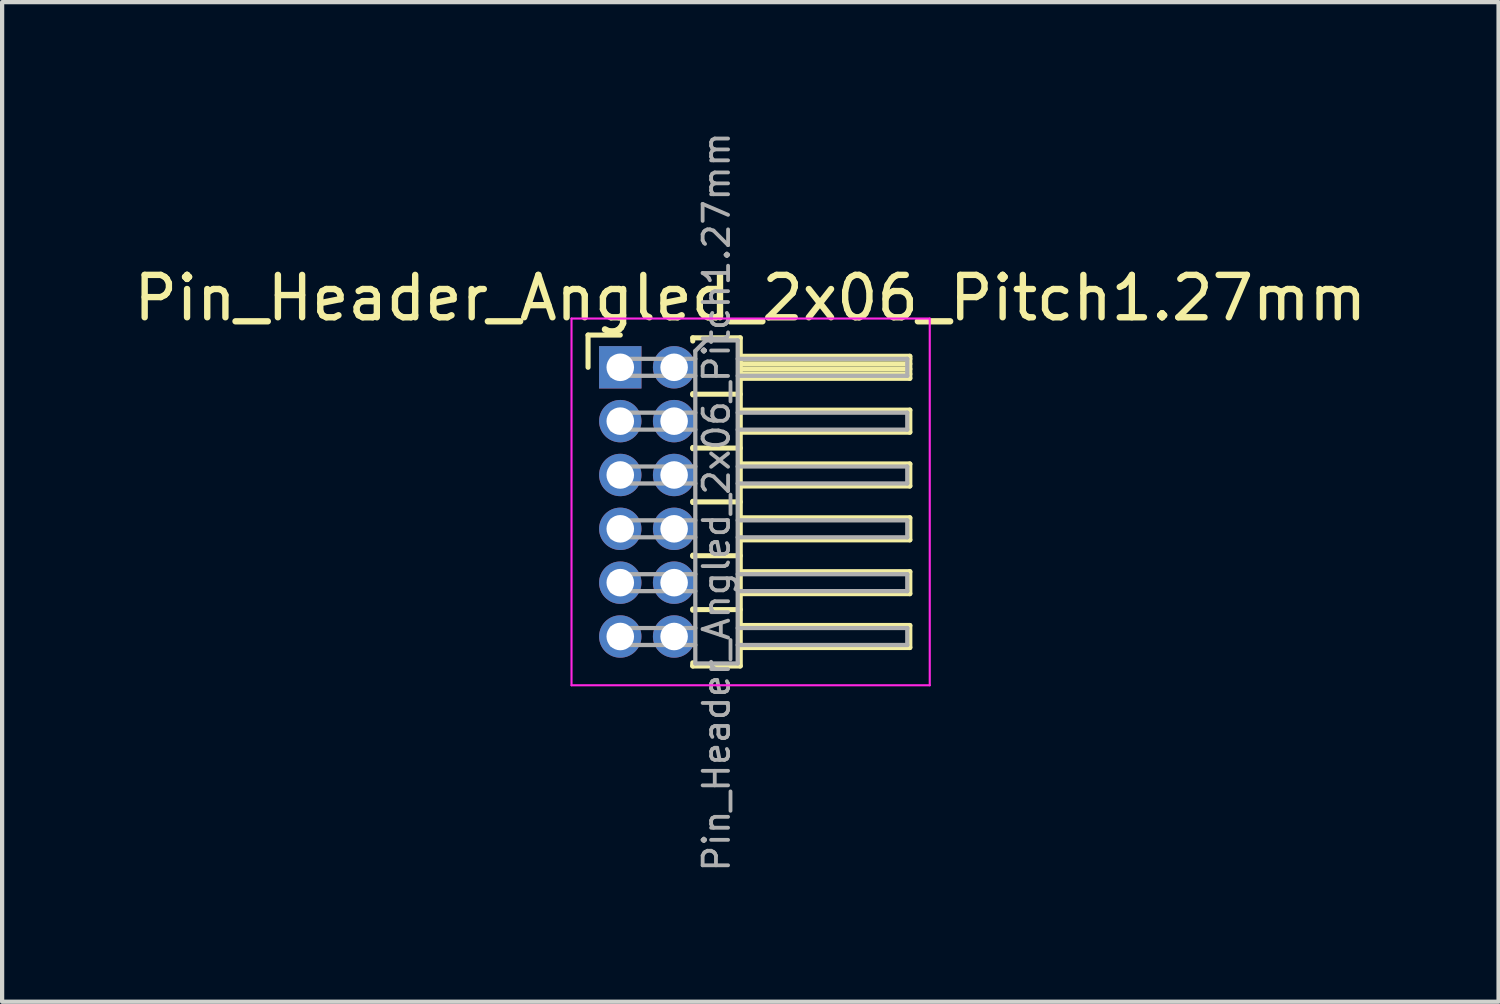
<source format=kicad_pcb>
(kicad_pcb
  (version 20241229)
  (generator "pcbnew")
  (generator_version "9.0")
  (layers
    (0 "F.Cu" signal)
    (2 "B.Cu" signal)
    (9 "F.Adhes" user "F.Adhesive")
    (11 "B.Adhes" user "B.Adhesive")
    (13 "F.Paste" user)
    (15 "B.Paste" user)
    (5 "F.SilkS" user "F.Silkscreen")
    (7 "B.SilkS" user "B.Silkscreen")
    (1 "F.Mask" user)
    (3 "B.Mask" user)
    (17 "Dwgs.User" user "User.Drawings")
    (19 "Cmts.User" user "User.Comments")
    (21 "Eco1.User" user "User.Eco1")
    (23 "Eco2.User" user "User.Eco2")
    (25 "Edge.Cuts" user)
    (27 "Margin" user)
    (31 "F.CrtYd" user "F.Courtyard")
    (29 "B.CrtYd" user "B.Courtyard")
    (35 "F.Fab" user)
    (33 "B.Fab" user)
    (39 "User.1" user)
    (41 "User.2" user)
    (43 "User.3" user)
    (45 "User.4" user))
  (footprint "Pin_Header_Angled_2x06_Pitch1.27mm"
    (layer "F.Cu")
    (at 11.581 5.614)
    (property "Reference" "Pin_Header_Angled_2x06_Pitch1.27mm" (at 3.067 -1.635 0) (layer "F.SilkS") (effects (font (size 1 1) (thickness 0.15))))
    (attr through_hole)
    (fp_line (start -0.76 -0.76) (end 0 -0.76) (stroke (width 0.12) (type solid)) (layer "F.SilkS"))
    (fp_line (start -0.76 0) (end -0.76 -0.76) (stroke (width 0.12) (type solid)) (layer "F.SilkS"))
    (fp_line (start 1.71 -0.695) (end 2.83 -0.695) (stroke (width 0.12) (type solid)) (layer "F.SilkS"))
    (fp_line (start 1.71 -0.62) (end 1.71 -0.695) (stroke (width 0.12) (type solid)) (layer "F.SilkS"))
    (fp_line (start 1.71 0.62) (end 1.71 0.65) (stroke (width 0.12) (type solid)) (layer "F.SilkS"))
    (fp_line (start 1.71 0.635) (end 2.83 0.635) (stroke (width 0.12) (type solid)) (layer "F.SilkS"))
    (fp_line (start 1.71 1.89) (end 1.71 1.92) (stroke (width 0.12) (type solid)) (layer "F.SilkS"))
    (fp_line (start 1.71 1.905) (end 2.83 1.905) (stroke (width 0.12) (type solid)) (layer "F.SilkS"))
    (fp_line (start 1.71 3.16) (end 1.71 3.19) (stroke (width 0.12) (type solid)) (layer "F.SilkS"))
    (fp_line (start 1.71 3.175) (end 2.83 3.175) (stroke (width 0.12) (type solid)) (layer "F.SilkS"))
    (fp_line (start 1.71 4.43) (end 1.71 4.46) (stroke (width 0.12) (type solid)) (layer "F.SilkS"))
    (fp_line (start 1.71 4.445) (end 2.83 4.445) (stroke (width 0.12) (type solid)) (layer "F.SilkS"))
    (fp_line (start 1.71 5.7) (end 1.71 5.73) (stroke (width 0.12) (type solid)) (layer "F.SilkS"))
    (fp_line (start 1.71 5.715) (end 2.83 5.715) (stroke (width 0.12) (type solid)) (layer "F.SilkS"))
    (fp_line (start 1.71 7.045) (end 1.71 6.97) (stroke (width 0.12) (type solid)) (layer "F.SilkS"))
    (fp_line (start 2.83 -0.695) (end 2.83 7.045) (stroke (width 0.12) (type solid)) (layer "F.SilkS"))
    (fp_line (start 2.83 -0.26) (end 6.83 -0.26) (stroke (width 0.12) (type solid)) (layer "F.SilkS"))
    (fp_line (start 2.83 -0.2) (end 6.83 -0.2) (stroke (width 0.12) (type solid)) (layer "F.SilkS"))
    (fp_line (start 2.83 -0.08) (end 6.83 -0.08) (stroke (width 0.12) (type solid)) (layer "F.SilkS"))
    (fp_line (start 2.83 0.04) (end 6.83 0.04) (stroke (width 0.12) (type solid)) (layer "F.SilkS"))
    (fp_line (start 2.83 0.16) (end 6.83 0.16) (stroke (width 0.12) (type solid)) (layer "F.SilkS"))
    (fp_line (start 2.83 1.01) (end 6.83 1.01) (stroke (width 0.12) (type solid)) (layer "F.SilkS"))
    (fp_line (start 2.83 2.28) (end 6.83 2.28) (stroke (width 0.12) (type solid)) (layer "F.SilkS"))
    (fp_line (start 2.83 3.55) (end 6.83 3.55) (stroke (width 0.12) (type solid)) (layer "F.SilkS"))
    (fp_line (start 2.83 4.82) (end 6.83 4.82) (stroke (width 0.12) (type solid)) (layer "F.SilkS"))
    (fp_line (start 2.83 6.09) (end 6.83 6.09) (stroke (width 0.12) (type solid)) (layer "F.SilkS"))
    (fp_line (start 2.83 7.045) (end 1.71 7.045) (stroke (width 0.12) (type solid)) (layer "F.SilkS"))
    (fp_line (start 6.83 -0.26) (end 6.83 0.26) (stroke (width 0.12) (type solid)) (layer "F.SilkS"))
    (fp_line (start 6.83 0.26) (end 2.83 0.26) (stroke (width 0.12) (type solid)) (layer "F.SilkS"))
    (fp_line (start 6.83 1.01) (end 6.83 1.53) (stroke (width 0.12) (type solid)) (layer "F.SilkS"))
    (fp_line (start 6.83 1.53) (end 2.83 1.53) (stroke (width 0.12) (type solid)) (layer "F.SilkS"))
    (fp_line (start 6.83 2.28) (end 6.83 2.8) (stroke (width 0.12) (type solid)) (layer "F.SilkS"))
    (fp_line (start 6.83 2.8) (end 2.83 2.8) (stroke (width 0.12) (type solid)) (layer "F.SilkS"))
    (fp_line (start 6.83 3.55) (end 6.83 4.07) (stroke (width 0.12) (type solid)) (layer "F.SilkS"))
    (fp_line (start 6.83 4.07) (end 2.83 4.07) (stroke (width 0.12) (type solid)) (layer "F.SilkS"))
    (fp_line (start 6.83 4.82) (end 6.83 5.34) (stroke (width 0.12) (type solid)) (layer "F.SilkS"))
    (fp_line (start 6.83 5.34) (end 2.83 5.34) (stroke (width 0.12) (type solid)) (layer "F.SilkS"))
    (fp_line (start 6.83 6.09) (end 6.83 6.61) (stroke (width 0.12) (type solid)) (layer "F.SilkS"))
    (fp_line (start 6.83 6.61) (end 2.83 6.61) (stroke (width 0.12) (type solid)) (layer "F.SilkS"))
    (fp_line (start -1.15 -1.15) (end -1.15 7.5) (stroke (width 0.05) (type solid)) (layer "F.CrtYd"))
    (fp_line (start -1.15 7.5) (end 7.3 7.5) (stroke (width 0.05) (type solid)) (layer "F.CrtYd"))
    (fp_line (start 7.3 -1.15) (end -1.15 -1.15) (stroke (width 0.05) (type solid)) (layer "F.CrtYd"))
    (fp_line (start 7.3 7.5) (end 7.3 -1.15) (stroke (width 0.05) (type solid)) (layer "F.CrtYd"))
    (fp_line (start -0.2 -0.2) (end -0.2 0.2) (stroke (width 0.1) (type solid)) (layer "F.Fab"))
    (fp_line (start -0.2 -0.2) (end 1.77 -0.2) (stroke (width 0.1) (type solid)) (layer "F.Fab"))
    (fp_line (start -0.2 0.2) (end 1.77 0.2) (stroke (width 0.1) (type solid)) (layer "F.Fab"))
    (fp_line (start -0.2 1.07) (end -0.2 1.47) (stroke (width 0.1) (type solid)) (layer "F.Fab"))
    (fp_line (start -0.2 1.07) (end 1.77 1.07) (stroke (width 0.1) (type solid)) (layer "F.Fab"))
    (fp_line (start -0.2 1.47) (end 1.77 1.47) (stroke (width 0.1) (type solid)) (layer "F.Fab"))
    (fp_line (start -0.2 2.34) (end -0.2 2.74) (stroke (width 0.1) (type solid)) (layer "F.Fab"))
    (fp_line (start -0.2 2.34) (end 1.77 2.34) (stroke (width 0.1) (type solid)) (layer "F.Fab"))
    (fp_line (start -0.2 2.74) (end 1.77 2.74) (stroke (width 0.1) (type solid)) (layer "F.Fab"))
    (fp_line (start -0.2 3.61) (end -0.2 4.01) (stroke (width 0.1) (type solid)) (layer "F.Fab"))
    (fp_line (start -0.2 3.61) (end 1.77 3.61) (stroke (width 0.1) (type solid)) (layer "F.Fab"))
    (fp_line (start -0.2 4.01) (end 1.77 4.01) (stroke (width 0.1) (type solid)) (layer "F.Fab"))
    (fp_line (start -0.2 4.88) (end -0.2 5.28) (stroke (width 0.1) (type solid)) (layer "F.Fab"))
    (fp_line (start -0.2 4.88) (end 1.77 4.88) (stroke (width 0.1) (type solid)) (layer "F.Fab"))
    (fp_line (start -0.2 5.28) (end 1.77 5.28) (stroke (width 0.1) (type solid)) (layer "F.Fab"))
    (fp_line (start -0.2 6.15) (end -0.2 6.55) (stroke (width 0.1) (type solid)) (layer "F.Fab"))
    (fp_line (start -0.2 6.15) (end 1.77 6.15) (stroke (width 0.1) (type solid)) (layer "F.Fab"))
    (fp_line (start -0.2 6.55) (end 1.77 6.55) (stroke (width 0.1) (type solid)) (layer "F.Fab"))
    (fp_line (start 1.77 -0.385) (end 2.02 -0.635) (stroke (width 0.1) (type solid)) (layer "F.Fab"))
    (fp_line (start 1.77 6.985) (end 1.77 -0.385) (stroke (width 0.1) (type solid)) (layer "F.Fab"))
    (fp_line (start 2.02 -0.635) (end 2.77 -0.635) (stroke (width 0.1) (type solid)) (layer "F.Fab"))
    (fp_line (start 2.77 -0.635) (end 2.77 6.985) (stroke (width 0.1) (type solid)) (layer "F.Fab"))
    (fp_line (start 2.77 -0.2) (end 6.77 -0.2) (stroke (width 0.1) (type solid)) (layer "F.Fab"))
    (fp_line (start 2.77 0.2) (end 6.77 0.2) (stroke (width 0.1) (type solid)) (layer "F.Fab"))
    (fp_line (start 2.77 1.07) (end 6.77 1.07) (stroke (width 0.1) (type solid)) (layer "F.Fab"))
    (fp_line (start 2.77 1.47) (end 6.77 1.47) (stroke (width 0.1) (type solid)) (layer "F.Fab"))
    (fp_line (start 2.77 2.34) (end 6.77 2.34) (stroke (width 0.1) (type solid)) (layer "F.Fab"))
    (fp_line (start 2.77 2.74) (end 6.77 2.74) (stroke (width 0.1) (type solid)) (layer "F.Fab"))
    (fp_line (start 2.77 3.61) (end 6.77 3.61) (stroke (width 0.1) (type solid)) (layer "F.Fab"))
    (fp_line (start 2.77 4.01) (end 6.77 4.01) (stroke (width 0.1) (type solid)) (layer "F.Fab"))
    (fp_line (start 2.77 4.88) (end 6.77 4.88) (stroke (width 0.1) (type solid)) (layer "F.Fab"))
    (fp_line (start 2.77 5.28) (end 6.77 5.28) (stroke (width 0.1) (type solid)) (layer "F.Fab"))
    (fp_line (start 2.77 6.15) (end 6.77 6.15) (stroke (width 0.1) (type solid)) (layer "F.Fab"))
    (fp_line (start 2.77 6.55) (end 6.77 6.55) (stroke (width 0.1) (type solid)) (layer "F.Fab"))
    (fp_line (start 2.77 6.985) (end 1.77 6.985) (stroke (width 0.1) (type solid)) (layer "F.Fab"))
    (fp_line (start 6.77 -0.2) (end 6.77 0.2) (stroke (width 0.1) (type solid)) (layer "F.Fab"))
    (fp_line (start 6.77 1.07) (end 6.77 1.47) (stroke (width 0.1) (type solid)) (layer "F.Fab"))
    (fp_line (start 6.77 2.34) (end 6.77 2.74) (stroke (width 0.1) (type solid)) (layer "F.Fab"))
    (fp_line (start 6.77 3.61) (end 6.77 4.01) (stroke (width 0.1) (type solid)) (layer "F.Fab"))
    (fp_line (start 6.77 4.88) (end 6.77 5.28) (stroke (width 0.1) (type solid)) (layer "F.Fab"))
    (fp_line (start 6.77 6.15) (end 6.77 6.55) (stroke (width 0.1) (type solid)) (layer "F.Fab"))
    (fp_text user "${REFERENCE}" (at 2.27 3.175 90) (layer "F.Fab") (effects (font (size 0.6 0.6) (thickness 0.09))))
    (pad "1" thru_hole rect (at 0 0) (size 1 1) (drill 0.65) (layers "*.Cu" "*.Mask"))
    (pad "2" thru_hole oval (at 1.27 0) (size 1 1) (drill 0.65) (layers "*.Cu" "*.Mask"))
    (pad "3" thru_hole oval (at 0 1.27) (size 1 1) (drill 0.65) (layers "*.Cu" "*.Mask"))
    (pad "4" thru_hole oval (at 1.27 1.27) (size 1 1) (drill 0.65) (layers "*.Cu" "*.Mask"))
    (pad "5" thru_hole oval (at 0 2.54) (size 1 1) (drill 0.65) (layers "*.Cu" "*.Mask"))
    (pad "6" thru_hole oval (at 1.27 2.54) (size 1 1) (drill 0.65) (layers "*.Cu" "*.Mask"))
    (pad "7" thru_hole oval (at 0 3.81) (size 1 1) (drill 0.65) (layers "*.Cu" "*.Mask"))
    (pad "8" thru_hole oval (at 1.27 3.81) (size 1 1) (drill 0.65) (layers "*.Cu" "*.Mask"))
    (pad "9" thru_hole oval (at 0 5.08) (size 1 1) (drill 0.65) (layers "*.Cu" "*.Mask"))
    (pad "10" thru_hole oval (at 1.27 5.08) (size 1 1) (drill 0.65) (layers "*.Cu" "*.Mask"))
    (pad "11" thru_hole oval (at 0 6.35) (size 1 1) (drill 0.65) (layers "*.Cu" "*.Mask"))
    (pad "12" thru_hole oval (at 1.27 6.35) (size 1 1) (drill 0.65) (layers "*.Cu" "*.Mask")))
  (gr_rect
    (start -3 -3)
    (end 32.298 20.579)
    (stroke (width 0.1) (type default))
    (fill no)
    (layer "Edge.Cuts")))
</source>
